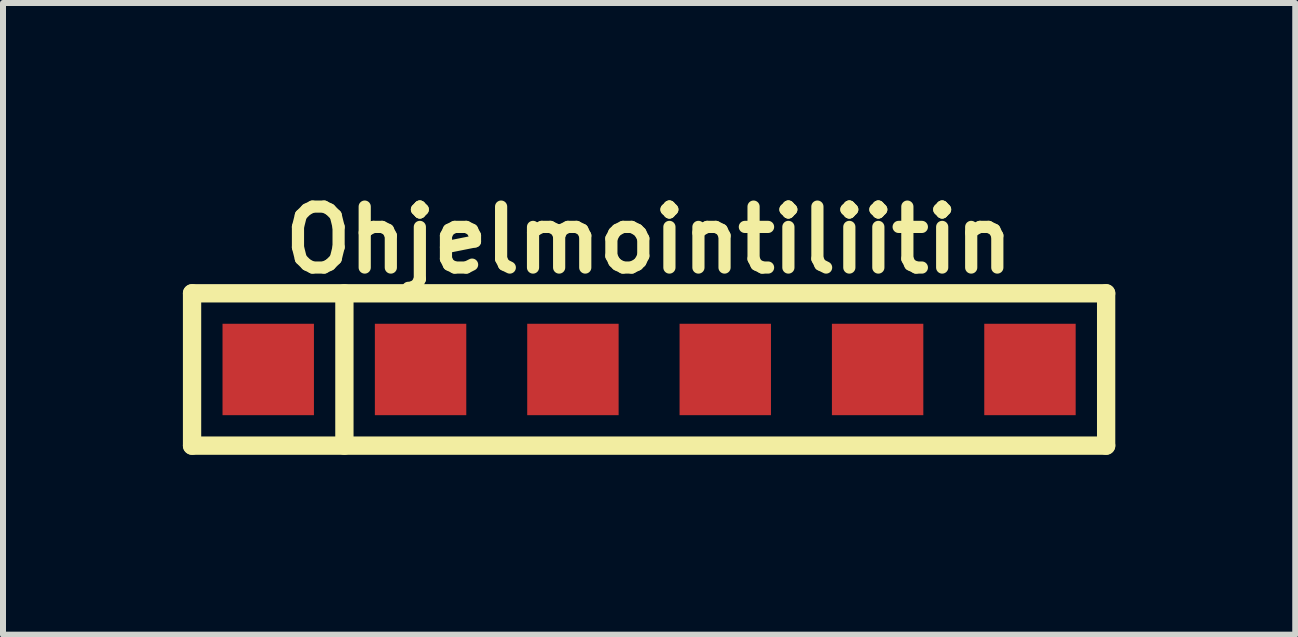
<source format=kicad_pcb>
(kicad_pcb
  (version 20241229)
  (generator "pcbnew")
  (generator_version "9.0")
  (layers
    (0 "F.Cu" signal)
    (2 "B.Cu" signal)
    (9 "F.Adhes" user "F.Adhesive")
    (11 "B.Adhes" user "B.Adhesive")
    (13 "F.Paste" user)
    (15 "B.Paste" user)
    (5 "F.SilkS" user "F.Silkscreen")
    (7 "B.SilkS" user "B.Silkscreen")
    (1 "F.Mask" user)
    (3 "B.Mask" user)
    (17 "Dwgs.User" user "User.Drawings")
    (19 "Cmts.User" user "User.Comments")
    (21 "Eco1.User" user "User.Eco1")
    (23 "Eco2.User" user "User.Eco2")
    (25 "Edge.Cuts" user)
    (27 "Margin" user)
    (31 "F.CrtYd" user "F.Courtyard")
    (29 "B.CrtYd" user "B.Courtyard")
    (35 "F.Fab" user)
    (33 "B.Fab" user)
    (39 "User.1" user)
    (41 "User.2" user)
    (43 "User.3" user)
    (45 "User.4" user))
  (footprint "Ohjelmointiliitin"
    (layer "F.Cu")
    (at 7.772 3.11)
    (property "Reference" "Ohjelmointiliitin" (at 0 -2.159 0) (layer "F.SilkS") (effects (font (size 1.016 1.016) (thickness 0.203))))
    (attr through_hole)
    (fp_line (start -7.62 -1.27) (end 7.62 -1.27) (stroke (width 0.305) (type solid)) (layer "F.SilkS"))
    (fp_line (start -7.62 1.27) (end -7.62 -1.27) (stroke (width 0.305) (type solid)) (layer "F.SilkS"))
    (fp_line (start -5.08 1.27) (end -5.08 -1.27) (stroke (width 0.305) (type solid)) (layer "F.SilkS"))
    (fp_line (start 7.62 -1.27) (end 7.62 1.27) (stroke (width 0.305) (type solid)) (layer "F.SilkS"))
    (fp_line (start 7.62 1.27) (end -7.62 1.27) (stroke (width 0.305) (type solid)) (layer "F.SilkS"))
    (pad "1" smd rect (at -6.35 0) (size 1.524 1.524) (layers "F.Cu" "F.Mask" "F.Paste"))
    (pad "2" smd rect (at -3.81 0) (size 1.524 1.524) (layers "F.Cu" "F.Mask" "F.Paste"))
    (pad "3" smd rect (at -1.27 0) (size 1.524 1.524) (layers "F.Cu" "F.Mask" "F.Paste"))
    (pad "4" smd rect (at 1.27 0) (size 1.524 1.524) (layers "F.Cu" "F.Mask" "F.Paste"))
    (pad "5" smd rect (at 3.81 0) (size 1.524 1.524) (layers "F.Cu" "F.Mask" "F.Paste"))
    (pad "6" smd rect (at 6.35 0) (size 1.524 1.524) (layers "F.Cu" "F.Mask" "F.Paste")))
  (gr_rect
    (start -3 -3)
    (end 18.545 7.532)
    (stroke (width 0.1) (type default))
    (fill no)
    (layer "Edge.Cuts")))
</source>
